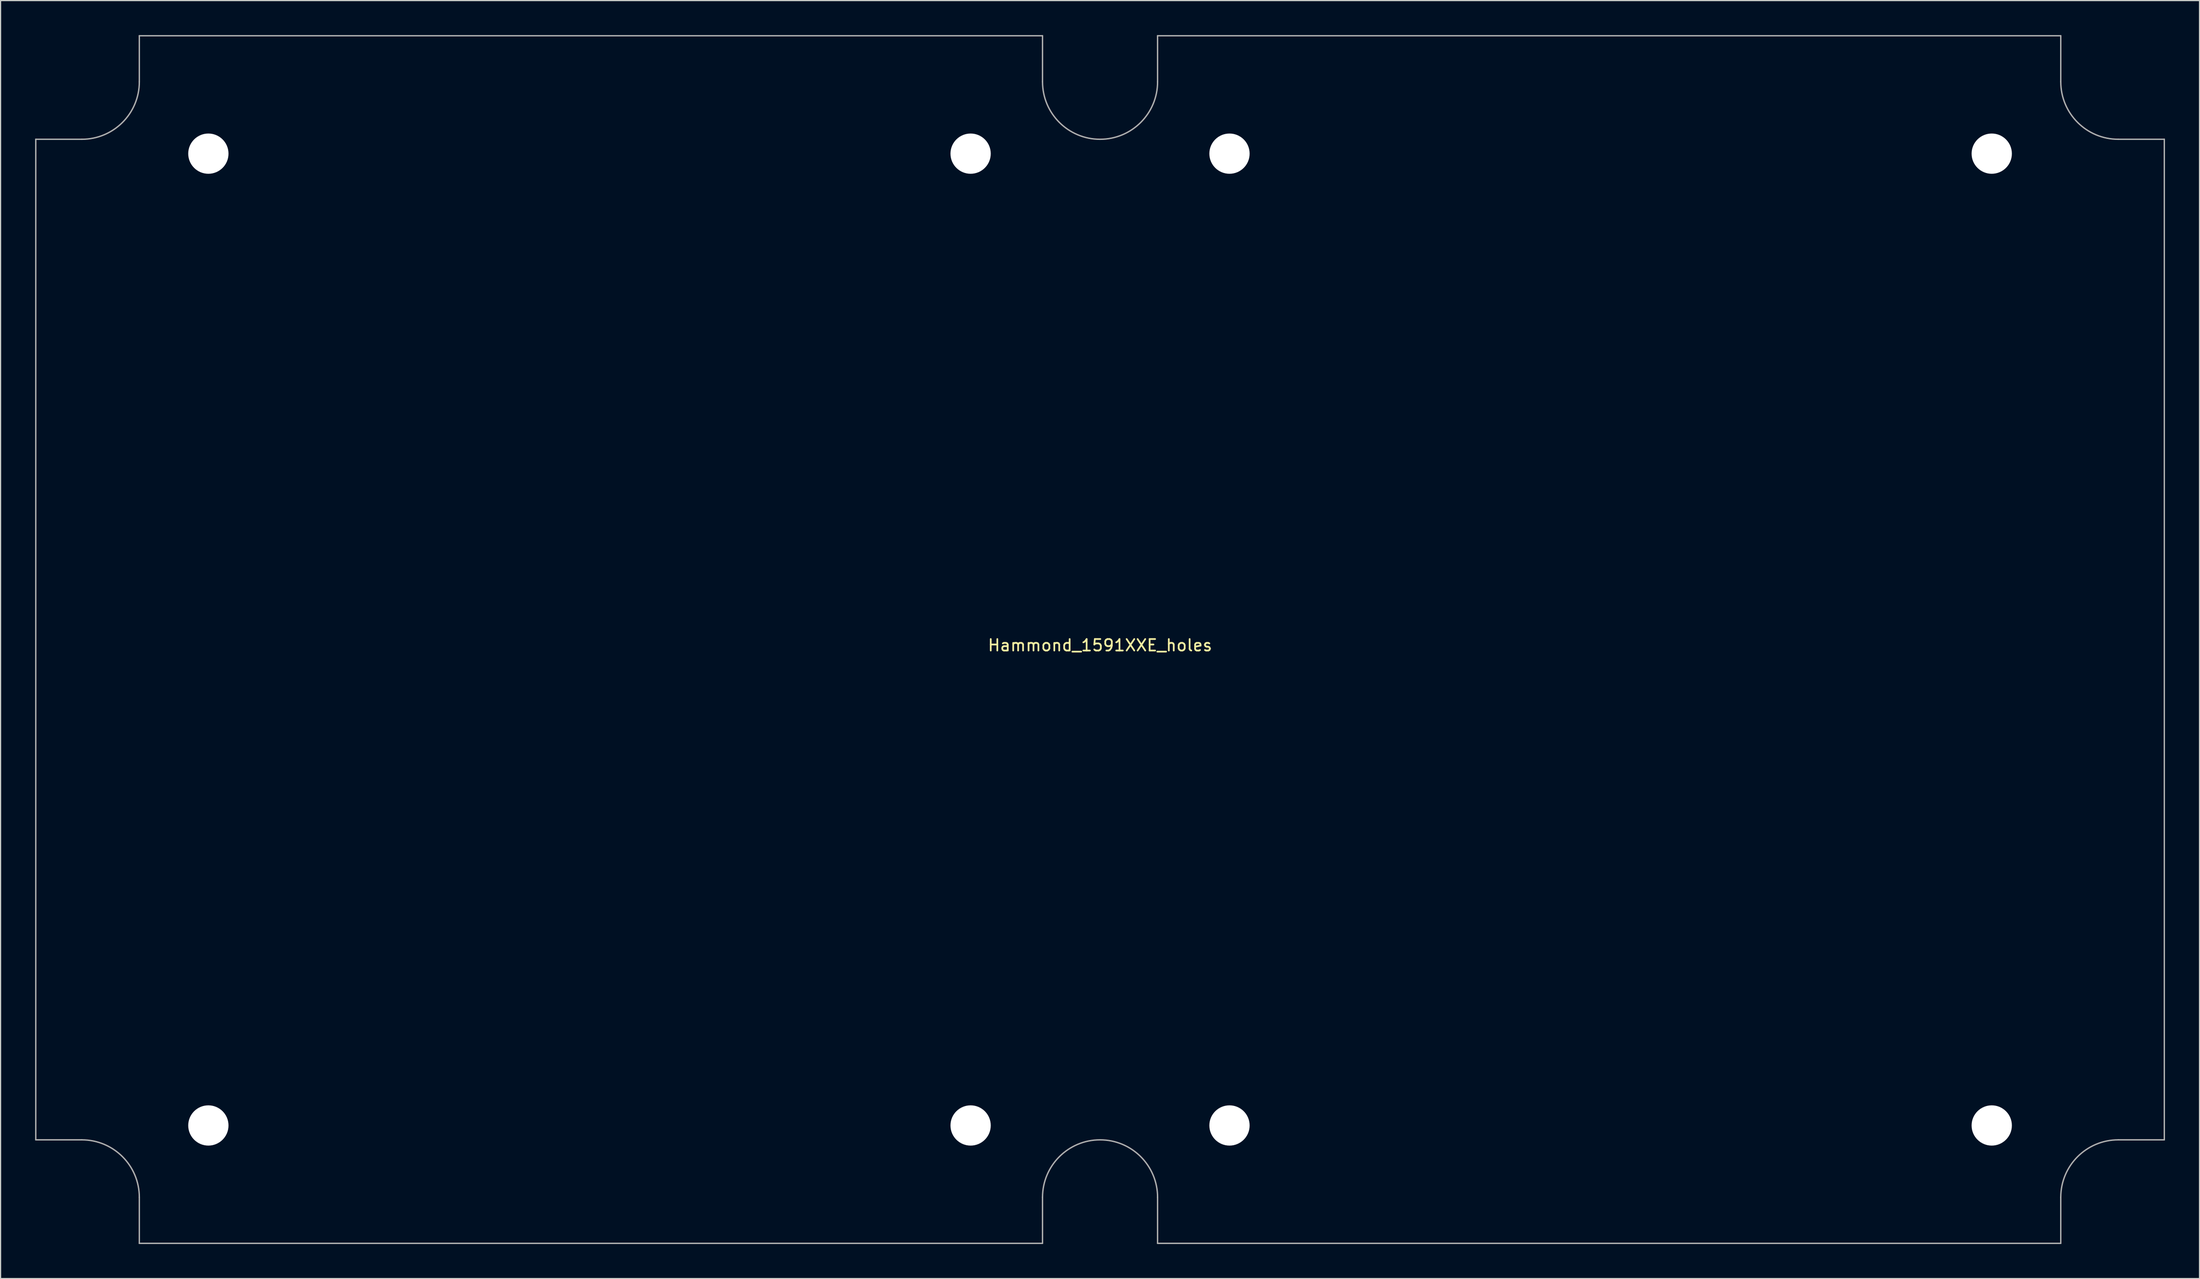
<source format=kicad_pcb>
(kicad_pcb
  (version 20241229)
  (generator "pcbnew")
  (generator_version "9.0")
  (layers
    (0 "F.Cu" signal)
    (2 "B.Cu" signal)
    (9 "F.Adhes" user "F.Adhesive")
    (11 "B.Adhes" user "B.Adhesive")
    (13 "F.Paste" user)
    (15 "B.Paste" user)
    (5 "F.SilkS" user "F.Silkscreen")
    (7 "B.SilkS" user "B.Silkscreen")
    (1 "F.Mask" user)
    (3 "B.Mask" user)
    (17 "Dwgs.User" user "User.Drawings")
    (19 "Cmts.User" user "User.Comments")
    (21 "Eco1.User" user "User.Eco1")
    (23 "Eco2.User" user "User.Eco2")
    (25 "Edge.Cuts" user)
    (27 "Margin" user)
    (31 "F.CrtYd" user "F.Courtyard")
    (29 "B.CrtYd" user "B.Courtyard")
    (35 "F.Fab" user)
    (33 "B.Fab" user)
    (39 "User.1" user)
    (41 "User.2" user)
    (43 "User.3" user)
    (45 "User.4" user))
  (footprint "Hammond_1591XXE_holes"
    (layer "F.Cu")
    (at 92.56 52.56)
    (property "Reference" "Hammond_1591XXE_holes" (at 0 0.5 0) (layer "F.SilkS") (effects (font (size 1 1) (thickness 0.15))))
    (attr through_hole)
    (fp_line (start -92.5 -43.5) (end -92.5 43.5) (stroke (width 0.12) (type solid)) (layer "F.Fab"))
    (fp_line (start -92.5 -43.5) (end -88.5 -43.5) (stroke (width 0.12) (type solid)) (layer "F.Fab"))
    (fp_line (start -92.5 43.5) (end -88.5 43.5) (stroke (width 0.12) (type solid)) (layer "F.Fab"))
    (fp_line (start -83.5 -52.5) (end -5 -52.5) (stroke (width 0.12) (type solid)) (layer "F.Fab"))
    (fp_line (start -83.5 -48.5) (end -83.5 -52.5) (stroke (width 0.12) (type solid)) (layer "F.Fab"))
    (fp_line (start -83.5 48.5) (end -83.5 52.5) (stroke (width 0.12) (type solid)) (layer "F.Fab"))
    (fp_line (start -83.5 52.5) (end -5 52.5) (stroke (width 0.12) (type solid)) (layer "F.Fab"))
    (fp_line (start -5 -48.5) (end -5 -52.5) (stroke (width 0.12) (type solid)) (layer "F.Fab"))
    (fp_line (start -5 48.5) (end -5 52.5) (stroke (width 0.12) (type solid)) (layer "F.Fab"))
    (fp_line (start 5 -48.5) (end 5 -52.5) (stroke (width 0.12) (type solid)) (layer "F.Fab"))
    (fp_line (start 5 48.5) (end 5 52.5) (stroke (width 0.12) (type solid)) (layer "F.Fab"))
    (fp_line (start 5 52.5) (end 83.5 52.5) (stroke (width 0.12) (type solid)) (layer "F.Fab"))
    (fp_line (start 83.5 -52.5) (end 5 -52.5) (stroke (width 0.12) (type solid)) (layer "F.Fab"))
    (fp_line (start 83.5 -48.5) (end 83.5 -52.5) (stroke (width 0.12) (type solid)) (layer "F.Fab"))
    (fp_line (start 83.5 48.5) (end 83.5 52.5) (stroke (width 0.12) (type solid)) (layer "F.Fab"))
    (fp_line (start 88.5 -43.5) (end 92.5 -43.5) (stroke (width 0.12) (type solid)) (layer "F.Fab"))
    (fp_line (start 88.5 43.5) (end 92.5 43.5) (stroke (width 0.12) (type solid)) (layer "F.Fab"))
    (fp_line (start 92.5 43.5) (end 92.5 -43.5) (stroke (width 0.12) (type solid)) (layer "F.Fab"))
    (fp_arc (start -88.5 43.5) (mid -84.964466 44.964466) (end -83.5 48.5) (stroke (width 0.12) (type solid)) (layer "F.Fab"))
    (fp_arc (start -83.5 -48.5) (mid -84.964466 -44.964466) (end -88.5 -43.5) (stroke (width 0.12) (type solid)) (layer "F.Fab"))
    (fp_arc (start -5 48.5) (mid 0 43.5) (end 5 48.5) (stroke (width 0.12) (type solid)) (layer "F.Fab"))
    (fp_arc (start 5 -48.5) (mid 0 -43.5) (end -5 -48.5) (stroke (width 0.12) (type solid)) (layer "F.Fab"))
    (fp_arc (start 83.5 48.5) (mid 84.964466 44.964466) (end 88.5 43.5) (stroke (width 0.12) (type solid)) (layer "F.Fab"))
    (fp_arc (start 88.5 -43.5) (mid 84.964466 -44.964466) (end 83.5 -48.5) (stroke (width 0.12) (type solid)) (layer "F.Fab"))
    (pad "" np_thru_hole circle (at -77.5 -42.25) (size 3.5 3.5) (drill 3.5) (layers "*.Cu" "*.Mask"))
    (pad "" np_thru_hole circle (at -77.5 42.25) (size 3.5 3.5) (drill 3.5) (layers "*.Cu" "*.Mask"))
    (pad "" np_thru_hole circle (at -11.25 -42.25) (size 3.5 3.5) (drill 3.5) (layers "*.Cu" "*.Mask"))
    (pad "" np_thru_hole circle (at -11.25 42.25) (size 3.5 3.5) (drill 3.5) (layers "*.Cu" "*.Mask"))
    (pad "" np_thru_hole circle (at 11.25 -42.25) (size 3.5 3.5) (drill 3.5) (layers "*.Cu" "*.Mask"))
    (pad "" np_thru_hole circle (at 11.25 42.25) (size 3.5 3.5) (drill 3.5) (layers "*.Cu" "*.Mask"))
    (pad "" np_thru_hole circle (at 77.5 -42.25) (size 3.5 3.5) (drill 3.5) (layers "*.Cu" "*.Mask"))
    (pad "" np_thru_hole circle (at 77.5 42.25) (size 3.5 3.5) (drill 3.5) (layers "*.Cu" "*.Mask")))
  (gr_rect
    (start -3 -3)
    (end 188.12 108.12)
    (stroke (width 0.1) (type default))
    (fill no)
    (layer "Edge.Cuts")))
</source>
